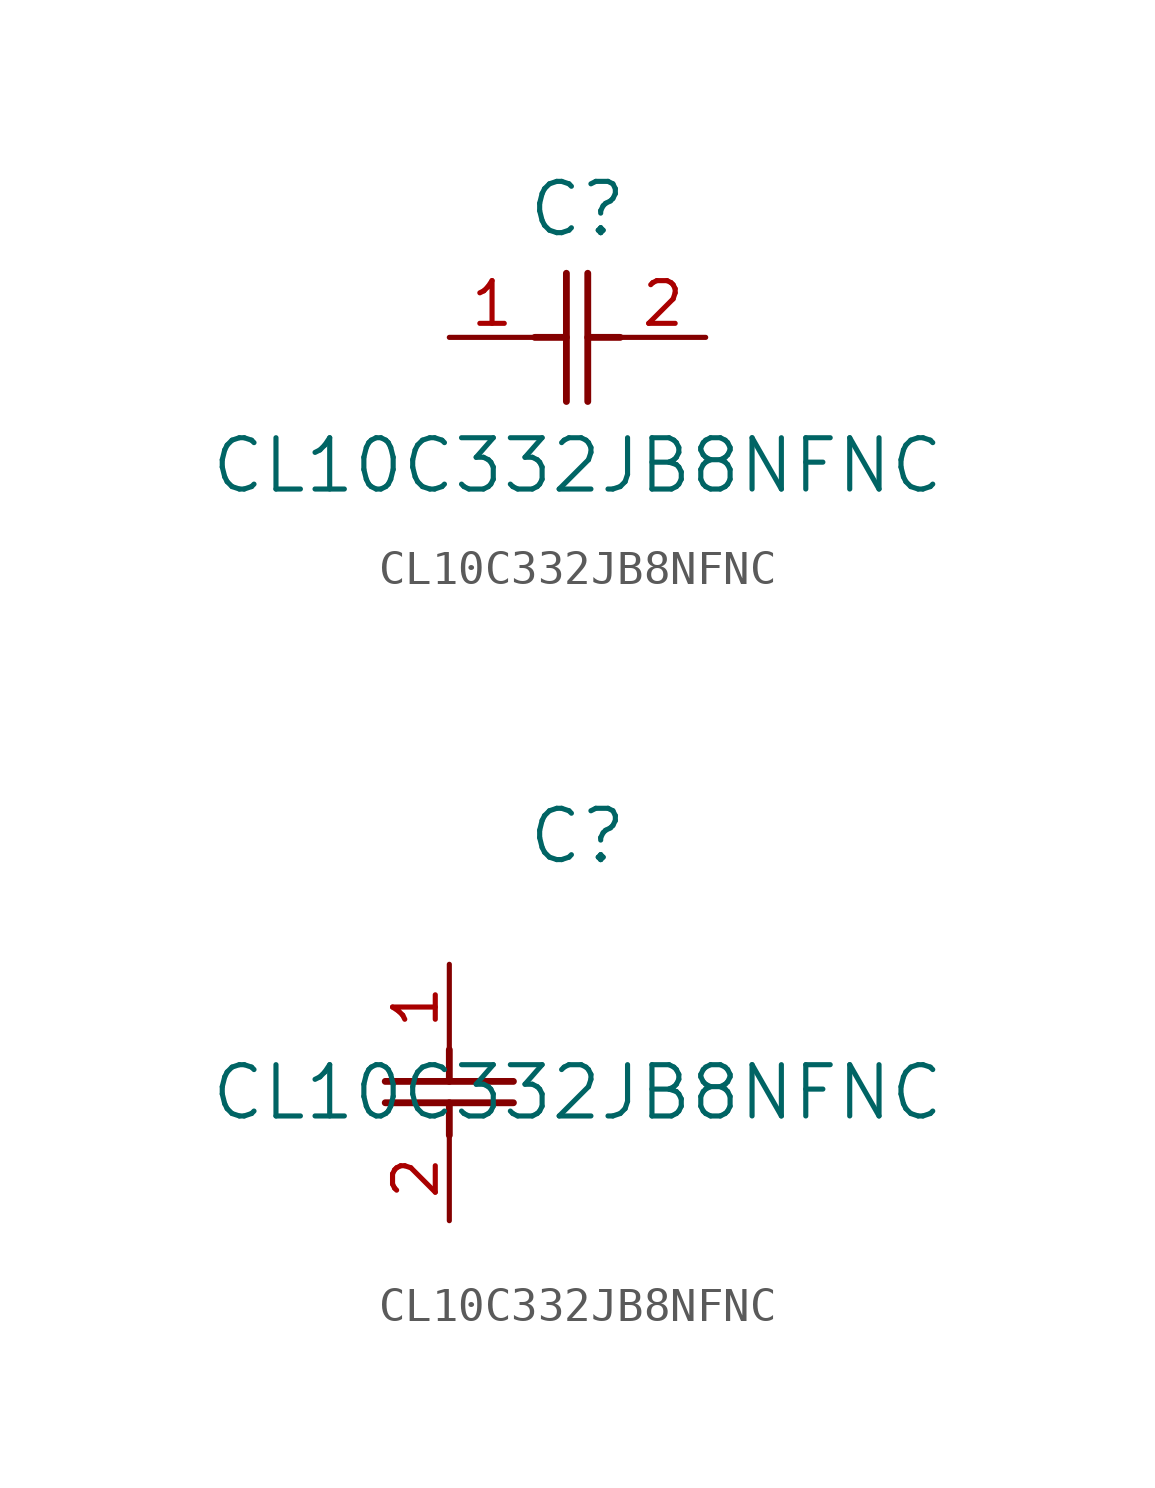
<source format=kicad_sym>
(kicad_symbol_lib
  (version 20211014)
  (generator kicad_symbol_editor)
  (symbol "CL10C332JB8NFNC"
    (pin_names
      (offset 0.254))
    (property "Reference" "C"
      (at 3.81 3.81 0)
      (effects (font (size 1.524 1.524))))
    (property "Value" "CL10C332JB8NFNC"
      (at 3.81 -3.81 0)
      (effects (font (size 1.524 1.524))))
    (symbol "CL10C332JB8NFNC_1_1"
      (polyline (pts (xy 3.48 -1.905) (xy 3.48 1.905)) (stroke (width 0.203) (type default) (color 0 0 0 0)) (fill (type none)))
      (polyline (pts (xy 4.115 -1.905) (xy 4.115 1.905)) (stroke (width 0.203) (type default) (color 0 0 0 0)) (fill (type none)))
      (polyline (pts (xy 4.115 0) (xy 5.08 0)) (stroke (width 0.203) (type default) (color 0 0 0 0)) (fill (type none)))
      (polyline (pts (xy 2.54 0) (xy 3.48 0)) (stroke (width 0.203) (type default) (color 0 0 0 0)) (fill (type none)))
      (pin unspecified line (at 0 0 0) (length 2.54) (name "" (effects (font (size 1.27 1.27)))) (number "1" (effects (font (size 1.27 1.27)))))
      (pin unspecified line (at 7.62 0 180) (length 2.54) (name "" (effects (font (size 1.27 1.27)))) (number "2" (effects (font (size 1.27 1.27))))))
    (symbol "CL10C332JB8NFNC_1_2"
      (polyline (pts (xy -1.905 -3.48) (xy 1.905 -3.48)) (stroke (width 0.203) (type default) (color 0 0 0 0)) (fill (type none)))
      (polyline (pts (xy -1.905 -4.115) (xy 1.905 -4.115)) (stroke (width 0.203) (type default) (color 0 0 0 0)) (fill (type none)))
      (polyline (pts (xy 0 -4.115) (xy 0 -5.08)) (stroke (width 0.203) (type default) (color 0 0 0 0)) (fill (type none)))
      (polyline (pts (xy 0 -2.54) (xy 0 -3.48)) (stroke (width 0.203) (type default) (color 0 0 0 0)) (fill (type none)))
      (pin unspecified line (at 0 0 270) (length 2.54) (name "" (effects (font (size 1.27 1.27)))) (number "1" (effects (font (size 1.27 1.27)))))
      (pin unspecified line (at 0 -7.62 90) (length 2.54) (name "" (effects (font (size 1.27 1.27)))) (number "2" (effects (font (size 1.27 1.27))))))))
</source>
